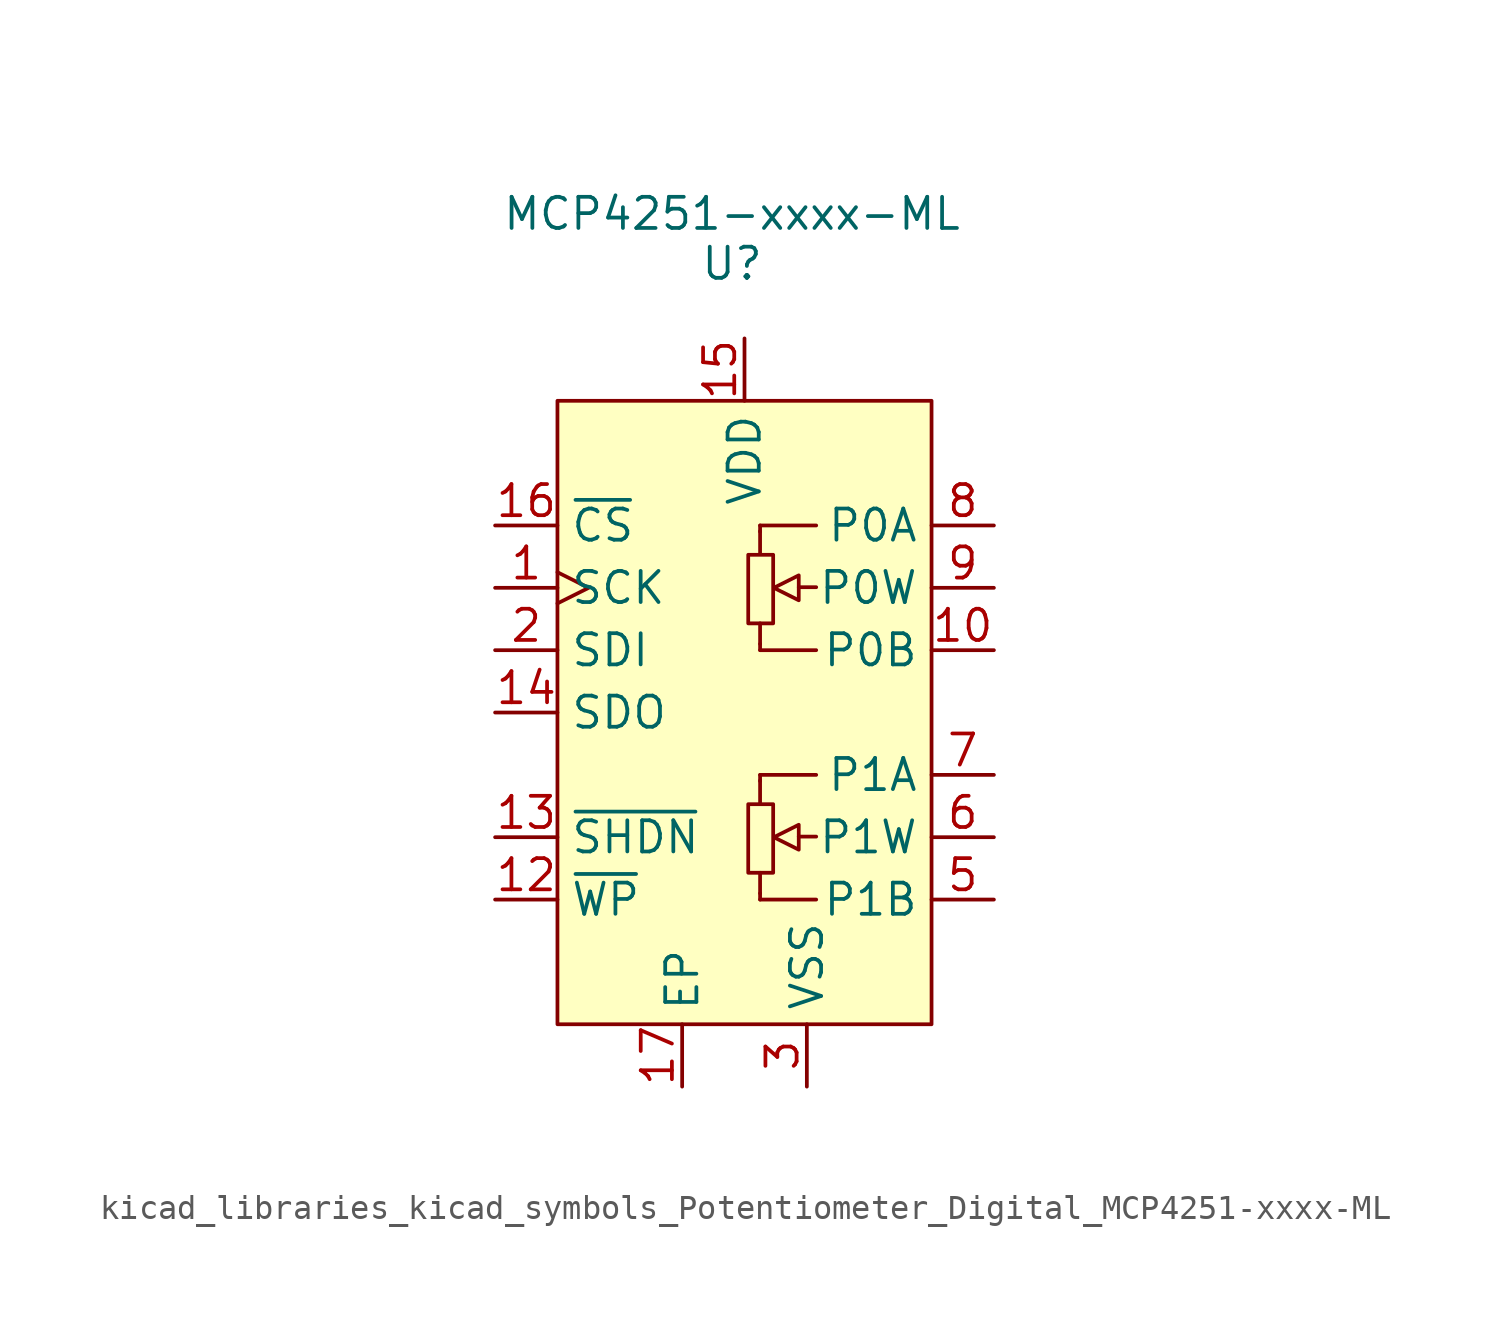
<source format=kicad_sym>
(kicad_symbol_lib
  (version 20220914)
  (generator kicad_symbol_editor)
  (symbol "kicad_libraries_kicad_symbols_Potentiometer_Digital_MCP4251-xxxx-ML"
    (property "Reference" "U"
      (at -0.508 18.288 0)
      (effects (font (size 1.27 1.27))))
    (property "Value" "MCP4251-xxxx-ML"
      (at -0.508 20.32 0)
      (effects (font (size 1.27 1.27))))
    (symbol "kicad_libraries_kicad_symbols_Potentiometer_Digital_MCP4251-xxxx-ML_0_1"
      (polyline (pts (xy 0 12.7) (xy 7.62 12.7) (xy 7.62 0) (xy 7.62 -12.7) (xy -7.62 -12.7) (xy -7.62 12.7) (xy 0 12.7)) (stroke (width 0) (type default)) (fill (type background))))
    (symbol "kicad_libraries_kicad_symbols_Potentiometer_Digital_MCP4251-xxxx-ML_1_1"
      (polyline (pts (xy 0.635 -7.366) (xy 0.635 -6.528)) (stroke (width 0) (type default)) (fill (type none)))
      (polyline (pts (xy 0.635 -2.769) (xy 0.635 -3.708)) (stroke (width 0) (type default)) (fill (type none)))
      (polyline (pts (xy 0.635 2.794) (xy 0.635 3.632)) (stroke (width 0) (type default)) (fill (type none)))
      (polyline (pts (xy 0.635 7.391) (xy 0.635 6.452)) (stroke (width 0) (type default)) (fill (type none)))
      (polyline (pts (xy 2.21 -5.055) (xy 2.921 -5.055)) (stroke (width 0) (type default)) (fill (type none)))
      (polyline (pts (xy 2.21 5.105) (xy 2.921 5.105)) (stroke (width 0) (type default)) (fill (type none)))
      (polyline (pts (xy 0.635 -7.62) (xy 0.635 -7.366) (xy 0.635 -7.366)) (stroke (width 0) (type default)) (fill (type background)))
      (polyline (pts (xy 0.635 -7.62) (xy 2.921 -7.62) (xy 2.921 -7.62)) (stroke (width 0) (type default)) (fill (type background)))
      (polyline (pts (xy 0.635 -2.54) (xy 0.635 -2.794) (xy 0.635 -2.794)) (stroke (width 0) (type default)) (fill (type none)))
      (polyline (pts (xy 0.635 -2.54) (xy 2.921 -2.54) (xy 2.921 -2.54)) (stroke (width 0) (type default)) (fill (type background)))
      (polyline (pts (xy 0.635 2.54) (xy 0.635 2.794) (xy 0.635 2.794)) (stroke (width 0) (type default)) (fill (type background)))
      (polyline (pts (xy 0.635 2.54) (xy 2.921 2.54) (xy 2.921 2.54)) (stroke (width 0) (type default)) (fill (type background)))
      (polyline (pts (xy 0.635 7.62) (xy 0.635 7.366) (xy 0.635 7.366)) (stroke (width 0) (type default)) (fill (type none)))
      (polyline (pts (xy 0.635 7.62) (xy 2.921 7.62) (xy 2.921 7.62)) (stroke (width 0) (type default)) (fill (type background)))
      (polyline (pts (xy 2.21 -4.572) (xy 2.21 -5.588) (xy 1.194 -5.08) (xy 2.21 -4.572) (xy 2.21 -4.572)) (stroke (width 0) (type default)) (fill (type background)))
      (polyline (pts (xy 2.21 5.588) (xy 2.21 4.572) (xy 1.194 5.08) (xy 2.21 5.588) (xy 2.21 5.588)) (stroke (width 0) (type default)) (fill (type background)))
      (rectangle (start 0.152 -3.734) (end 1.168 -6.528) (stroke (width 0) (type default)) (fill (type none)))
      (rectangle (start 0.152 6.426) (end 1.168 3.632) (stroke (width 0) (type default)) (fill (type none)))
      (pin input clock (at -10.16 5.08 0) (length 2.54) (name "SCK" (effects (font (size 1.27 1.27)))) (number "1" (effects (font (size 1.27 1.27)))))
      (pin passive line (at 10.16 2.54 180) (length 2.54) (name "P0B" (effects (font (size 1.27 1.27)))) (number "10" (effects (font (size 1.27 1.27)))))
      (pin no_connect line (at 7.62 0 180) (length 2.54) hide (name "NC" (effects (font (size 1.27 1.27)))) (number "11" (effects (font (size 1.27 1.27)))))
      (pin input line (at -10.16 -7.62 0) (length 2.54) (name "~{WP}" (effects (font (size 1.27 1.27)))) (number "12" (effects (font (size 1.27 1.27)))))
      (pin input line (at -10.16 -5.08 0) (length 2.54) (name "~{SHDN}" (effects (font (size 1.27 1.27)))) (number "13" (effects (font (size 1.27 1.27)))))
      (pin output line (at -10.16 0 0) (length 2.54) (name "SDO" (effects (font (size 1.27 1.27)))) (number "14" (effects (font (size 1.27 1.27)))))
      (pin power_in line (at 0 15.24 270) (length 2.54) (name "VDD" (effects (font (size 1.27 1.27)))) (number "15" (effects (font (size 1.27 1.27)))))
      (pin input line (at -10.16 7.62 0) (length 2.54) (name "~{CS}" (effects (font (size 1.27 1.27)))) (number "16" (effects (font (size 1.27 1.27)))))
      (pin passive line (at -2.54 -15.24 90) (length 2.54) (name "EP" (effects (font (size 1.27 1.27)))) (number "17" (effects (font (size 1.27 1.27)))))
      (pin input line (at -10.16 2.54 0) (length 2.54) (name "SDI" (effects (font (size 1.27 1.27)))) (number "2" (effects (font (size 1.27 1.27)))))
      (pin power_in line (at 2.54 -15.24 90) (length 2.54) (name "VSS" (effects (font (size 1.27 1.27)))) (number "3" (effects (font (size 1.27 1.27)))))
      (pin passive line (at 2.54 -15.24 90) (length 2.54) hide (name "VSS" (effects (font (size 1.27 1.27)))) (number "4" (effects (font (size 1.27 1.27)))))
      (pin passive line (at 10.16 -7.62 180) (length 2.54) (name "P1B" (effects (font (size 1.27 1.27)))) (number "5" (effects (font (size 1.27 1.27)))))
      (pin passive line (at 10.16 -5.08 180) (length 2.54) (name "P1W" (effects (font (size 1.27 1.27)))) (number "6" (effects (font (size 1.27 1.27)))))
      (pin passive line (at 10.16 -2.54 180) (length 2.54) (name "P1A" (effects (font (size 1.27 1.27)))) (number "7" (effects (font (size 1.27 1.27)))))
      (pin passive line (at 10.16 7.62 180) (length 2.54) (name "P0A" (effects (font (size 1.27 1.27)))) (number "8" (effects (font (size 1.27 1.27)))))
      (pin passive line (at 10.16 5.08 180) (length 2.54) (name "P0W" (effects (font (size 1.27 1.27)))) (number "9" (effects (font (size 1.27 1.27))))))))
</source>
